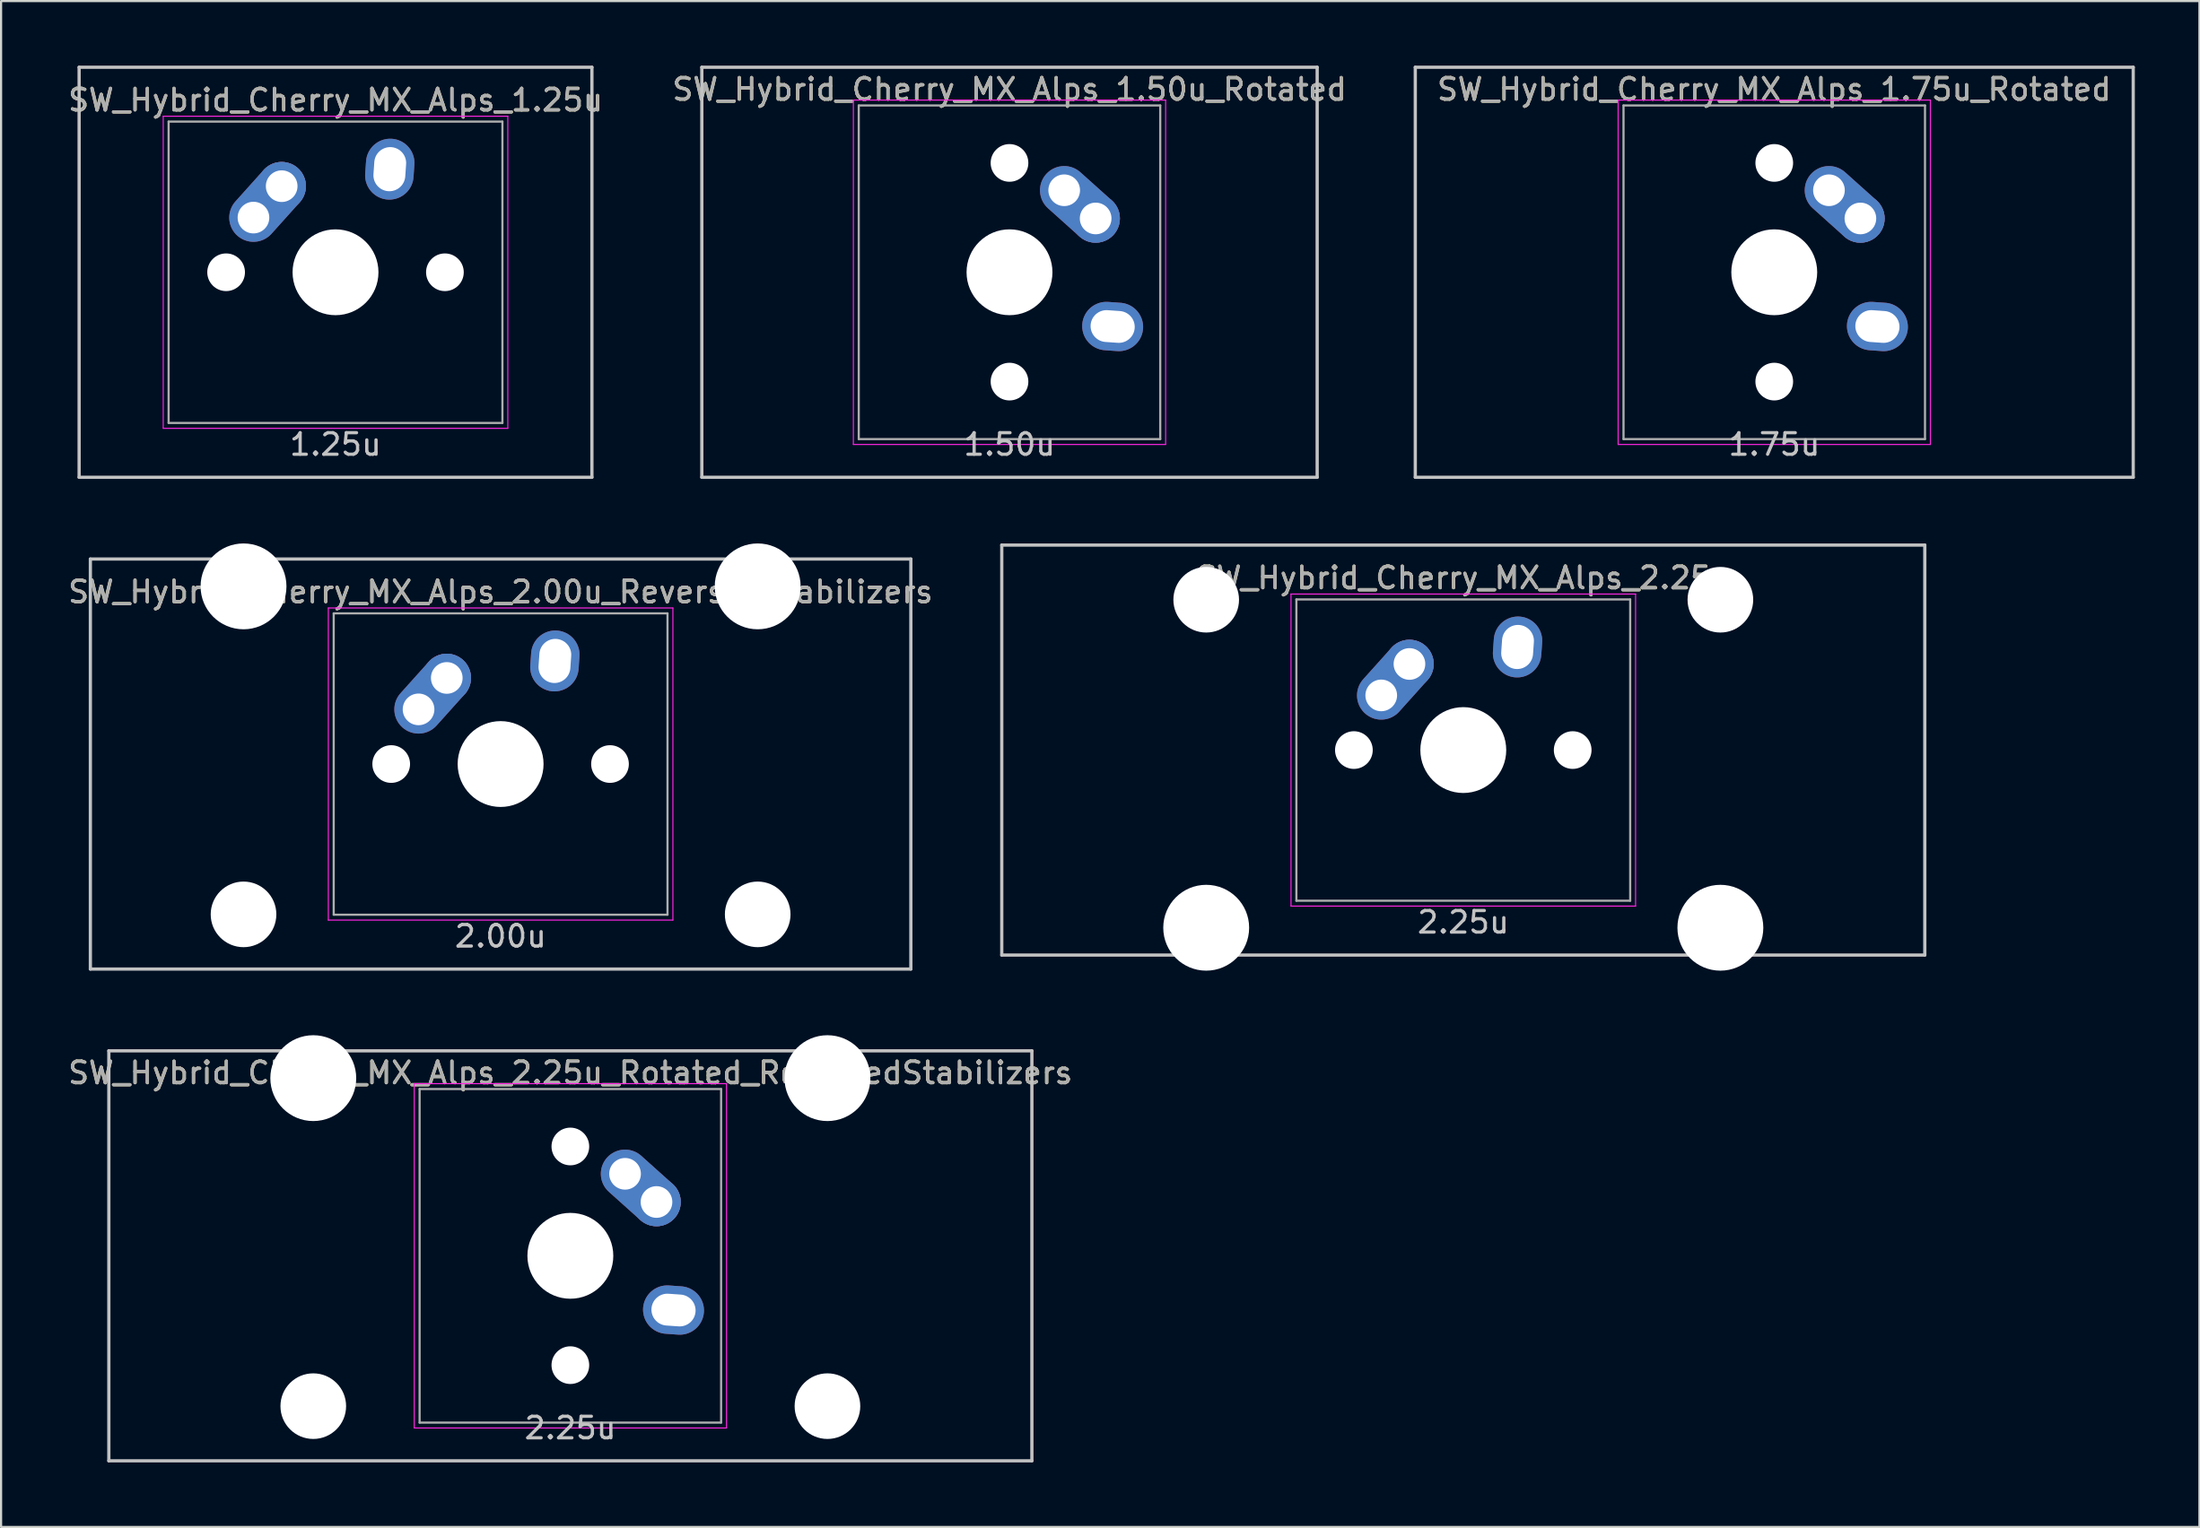
<source format=kicad_pcb>
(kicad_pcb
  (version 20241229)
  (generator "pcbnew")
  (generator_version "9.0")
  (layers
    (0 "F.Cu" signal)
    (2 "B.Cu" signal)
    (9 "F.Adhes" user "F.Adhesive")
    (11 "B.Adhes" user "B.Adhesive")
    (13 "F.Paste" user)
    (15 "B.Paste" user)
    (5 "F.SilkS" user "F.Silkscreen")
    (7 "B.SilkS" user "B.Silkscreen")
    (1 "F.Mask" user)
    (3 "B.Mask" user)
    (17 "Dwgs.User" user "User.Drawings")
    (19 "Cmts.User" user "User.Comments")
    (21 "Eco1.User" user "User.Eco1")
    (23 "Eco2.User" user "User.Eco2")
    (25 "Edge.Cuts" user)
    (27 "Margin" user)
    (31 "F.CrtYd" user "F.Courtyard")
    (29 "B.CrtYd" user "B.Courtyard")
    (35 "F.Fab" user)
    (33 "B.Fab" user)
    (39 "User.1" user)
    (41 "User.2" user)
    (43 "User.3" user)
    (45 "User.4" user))
  (footprint "SW_Hybrid_Cherry_MX_Alps_1.25u"
    (layer "F.Cu")
    (at 12.53 9.6)
    (property "Reference" "SW_Hybrid_Cherry_MX_Alps_1.25u" (at 0 -8 0) (layer "F.SilkS") (effects (font (size 1 1) (thickness 0.15))))
    (attr through_hole)
    (fp_line (start -11.906 -9.525) (end 11.906 -9.525) (stroke (width 0.15) (type solid)) (layer "Dwgs.User"))
    (fp_line (start -11.906 9.525) (end -11.906 -9.525) (stroke (width 0.15) (type solid)) (layer "Dwgs.User"))
    (fp_line (start 11.906 -9.525) (end 11.906 9.525) (stroke (width 0.15) (type solid)) (layer "Dwgs.User"))
    (fp_line (start 11.906 9.525) (end -11.906 9.525) (stroke (width 0.15) (type solid)) (layer "Dwgs.User"))
    (fp_line (start -8 -7.25) (end 8 -7.25) (stroke (width 0.05) (type solid)) (layer "F.CrtYd"))
    (fp_line (start -8 7.25) (end -8 -7.25) (stroke (width 0.05) (type solid)) (layer "F.CrtYd"))
    (fp_line (start 8 -7.25) (end 8 7.25) (stroke (width 0.05) (type solid)) (layer "F.CrtYd"))
    (fp_line (start 8 7.25) (end -8 7.25) (stroke (width 0.05) (type solid)) (layer "F.CrtYd"))
    (fp_line (start -7.75 -7) (end 7.75 -7) (stroke (width 0.1) (type solid)) (layer "F.Fab"))
    (fp_line (start -7.75 7) (end -7.75 -7) (stroke (width 0.1) (type solid)) (layer "F.Fab"))
    (fp_line (start 7.75 -7) (end 7.75 7) (stroke (width 0.1) (type solid)) (layer "F.Fab"))
    (fp_line (start 7.75 7) (end -7.75 7) (stroke (width 0.1) (type solid)) (layer "F.Fab"))
    (fp_text user "1.25u" (at 0 8 0) (layer "Dwgs.User") (effects (font (size 1 1) (thickness 0.15))))
    (fp_text user "${REFERENCE}" (at 0 -8 0) (layer "F.Fab") (effects (font (size 1 1) (thickness 0.15))))
    (pad "" np_thru_hole circle (at -5.08 0 48.1) (size 1.75 1.75) (drill 1.75) (layers "*.Cu" "*.Mask"))
    (pad "" np_thru_hole circle (at 0 0) (size 3.988 3.988) (drill 3.988) (layers "*.Cu" "*.Mask"))
    (pad "" np_thru_hole circle (at 5.08 0 48.1) (size 1.75 1.75) (drill 1.75) (layers "*.Cu" "*.Mask"))
    (pad "1" thru_hole oval (at -3.81 -2.54 48.1) (size 4.212 2.25) (drill 1.47 (offset 0.981 0)) (layers "*.Cu" "B.Mask"))
    (pad "1" thru_hole circle (at -2.5 -4) (size 2.25 2.25) (drill 1.47) (layers "*.Cu" "B.Mask"))
    (pad "2" thru_hole oval (at 2.52 -4.79 86) (size 2.831 2.25) (drill oval 2.051 1.48) (layers "*.Cu" "B.Mask")))
  (footprint "SW_Hybrid_Cherry_MX_Alps_1.50u_Rotated"
    (layer "F.Cu")
    (at 43.827 9.6)
    (property "Reference" "SW_Hybrid_Cherry_MX_Alps_1.50u_Rotated" (at 0 -8.5 0) (layer "F.SilkS") (effects (font (size 1 1) (thickness 0.15))))
    (attr through_hole)
    (fp_line (start -14.287 -9.525) (end 14.287 -9.525) (stroke (width 0.15) (type solid)) (layer "Dwgs.User"))
    (fp_line (start -14.287 9.525) (end -14.287 -9.525) (stroke (width 0.15) (type solid)) (layer "Dwgs.User"))
    (fp_line (start 14.287 -9.525) (end 14.287 9.525) (stroke (width 0.15) (type solid)) (layer "Dwgs.User"))
    (fp_line (start 14.287 9.525) (end -14.287 9.525) (stroke (width 0.15) (type solid)) (layer "Dwgs.User"))
    (fp_line (start -7.25 -8) (end 7.25 -8) (stroke (width 0.05) (type solid)) (layer "F.CrtYd"))
    (fp_line (start -7.25 8) (end -7.25 -8) (stroke (width 0.05) (type solid)) (layer "F.CrtYd"))
    (fp_line (start 7.25 -8) (end 7.25 8) (stroke (width 0.05) (type solid)) (layer "F.CrtYd"))
    (fp_line (start 7.25 8) (end -7.25 8) (stroke (width 0.05) (type solid)) (layer "F.CrtYd"))
    (fp_line (start -7 -7.75) (end 7 -7.75) (stroke (width 0.1) (type solid)) (layer "F.Fab"))
    (fp_line (start -7 7.75) (end -7 -7.75) (stroke (width 0.1) (type solid)) (layer "F.Fab"))
    (fp_line (start 7 -7.75) (end 7 7.75) (stroke (width 0.1) (type solid)) (layer "F.Fab"))
    (fp_line (start 7 7.75) (end -7 7.75) (stroke (width 0.1) (type solid)) (layer "F.Fab"))
    (fp_text user "1.50u" (at 0 8 0) (layer "Dwgs.User") (effects (font (size 1 1) (thickness 0.15))))
    (fp_text user "${REFERENCE}" (at 0 -8.5 0) (layer "F.Fab") (effects (font (size 1 1) (thickness 0.15))))
    (pad "" np_thru_hole circle (at 0 -5.08 318.1) (size 1.75 1.75) (drill 1.75) (layers "*.Cu" "*.Mask"))
    (pad "" np_thru_hole circle (at 0 0 270) (size 3.988 3.988) (drill 3.988) (layers "*.Cu" "*.Mask"))
    (pad "" np_thru_hole circle (at 0 5.08 318.1) (size 1.75 1.75) (drill 1.75) (layers "*.Cu" "*.Mask"))
    (pad "1" thru_hole oval (at 2.54 -3.81 318.1) (size 4.212 2.25) (drill 1.47 (offset 0.981 0)) (layers "*.Cu" "B.Mask"))
    (pad "1" thru_hole circle (at 4 -2.5 270) (size 2.25 2.25) (drill 1.47) (layers "*.Cu" "B.Mask"))
    (pad "2" thru_hole oval (at 4.79 2.52 356) (size 2.831 2.25) (drill oval 2.051 1.48) (layers "*.Cu" "B.Mask")))
  (footprint "SW_Hybrid_Cherry_MX_Alps_2.00u_ReversedStabilizers"
    (layer "F.Cu")
    (at 20.196 32.449)
    (property "Reference" "SW_Hybrid_Cherry_MX_Alps_2.00u_ReversedStabilizers" (at 0 -8 0) (layer "F.SilkS") (effects (font (size 1 1) (thickness 0.15))))
    (attr through_hole)
    (fp_line (start -19.05 -9.525) (end 19.05 -9.525) (stroke (width 0.15) (type solid)) (layer "Dwgs.User"))
    (fp_line (start -19.05 9.525) (end -19.05 -9.525) (stroke (width 0.15) (type solid)) (layer "Dwgs.User"))
    (fp_line (start -19.05 9.525) (end 19.05 9.525) (stroke (width 0.15) (type solid)) (layer "Dwgs.User"))
    (fp_line (start 19.05 -9.525) (end 19.05 9.525) (stroke (width 0.15) (type solid)) (layer "Dwgs.User"))
    (fp_line (start -8 -7.25) (end 8 -7.25) (stroke (width 0.05) (type solid)) (layer "F.CrtYd"))
    (fp_line (start -8 7.25) (end -8 -7.25) (stroke (width 0.05) (type solid)) (layer "F.CrtYd"))
    (fp_line (start 8 -7.25) (end 8 7.25) (stroke (width 0.05) (type solid)) (layer "F.CrtYd"))
    (fp_line (start 8 7.25) (end -8 7.25) (stroke (width 0.05) (type solid)) (layer "F.CrtYd"))
    (fp_line (start -7.75 -7) (end 7.75 -7) (stroke (width 0.1) (type solid)) (layer "F.Fab"))
    (fp_line (start -7.75 7) (end -7.75 -7) (stroke (width 0.1) (type solid)) (layer "F.Fab"))
    (fp_line (start 7.75 -7) (end 7.75 7) (stroke (width 0.1) (type solid)) (layer "F.Fab"))
    (fp_line (start 7.75 7) (end -7.75 7) (stroke (width 0.1) (type solid)) (layer "F.Fab"))
    (fp_text user "2.00u" (at 0 8 0) (layer "Dwgs.User") (effects (font (size 1 1) (thickness 0.15))))
    (fp_text user "${REFERENCE}" (at 0 -8 0) (layer "F.Fab") (effects (font (size 1 1) (thickness 0.15))))
    (pad "" np_thru_hole circle (at -11.938 -8.255) (size 3.988 3.988) (drill 3.988) (layers "*.Cu" "*.Mask"))
    (pad "" np_thru_hole circle (at -11.938 6.985) (size 3.048 3.048) (drill 3.048) (layers "*.Cu" "*.Mask"))
    (pad "" np_thru_hole circle (at -5.08 0 48.1) (size 1.75 1.75) (drill 1.75) (layers "*.Cu" "*.Mask"))
    (pad "" np_thru_hole circle (at 0 0) (size 3.988 3.988) (drill 3.988) (layers "*.Cu" "*.Mask"))
    (pad "" np_thru_hole circle (at 5.08 0 48.1) (size 1.75 1.75) (drill 1.75) (layers "*.Cu" "*.Mask"))
    (pad "" np_thru_hole circle (at 11.938 -8.255) (size 3.988 3.988) (drill 3.988) (layers "*.Cu" "*.Mask"))
    (pad "" np_thru_hole circle (at 11.938 6.985) (size 3.048 3.048) (drill 3.048) (layers "*.Cu" "*.Mask"))
    (pad "1" thru_hole oval (at -3.81 -2.54 48.1) (size 4.212 2.25) (drill 1.47 (offset 0.981 0)) (layers "*.Cu" "B.Mask"))
    (pad "1" thru_hole circle (at -2.5 -4) (size 2.25 2.25) (drill 1.47) (layers "*.Cu" "B.Mask"))
    (pad "2" thru_hole oval (at 2.52 -4.79 86) (size 2.831 2.25) (drill oval 2.051 1.48) (layers "*.Cu" "B.Mask")))
  (footprint "SW_Hybrid_Cherry_MX_Alps_1.75u_Rotated"
    (layer "F.Cu")
    (at 79.339 9.6)
    (property "Reference" "SW_Hybrid_Cherry_MX_Alps_1.75u_Rotated" (at 0 -8.5 0) (layer "F.SilkS") (effects (font (size 1 1) (thickness 0.15))))
    (attr through_hole)
    (fp_line (start -16.669 -9.525) (end 16.669 -9.525) (stroke (width 0.15) (type solid)) (layer "Dwgs.User"))
    (fp_line (start -16.669 9.525) (end -16.669 -9.525) (stroke (width 0.15) (type solid)) (layer "Dwgs.User"))
    (fp_line (start 16.669 -9.525) (end 16.669 9.525) (stroke (width 0.15) (type solid)) (layer "Dwgs.User"))
    (fp_line (start 16.669 9.525) (end -16.669 9.525) (stroke (width 0.15) (type solid)) (layer "Dwgs.User"))
    (fp_line (start -7.25 -8) (end 7.25 -8) (stroke (width 0.05) (type solid)) (layer "F.CrtYd"))
    (fp_line (start -7.25 8) (end -7.25 -8) (stroke (width 0.05) (type solid)) (layer "F.CrtYd"))
    (fp_line (start 7.25 -8) (end 7.25 8) (stroke (width 0.05) (type solid)) (layer "F.CrtYd"))
    (fp_line (start 7.25 8) (end -7.25 8) (stroke (width 0.05) (type solid)) (layer "F.CrtYd"))
    (fp_line (start -7 -7.75) (end 7 -7.75) (stroke (width 0.1) (type solid)) (layer "F.Fab"))
    (fp_line (start -7 7.75) (end -7 -7.75) (stroke (width 0.1) (type solid)) (layer "F.Fab"))
    (fp_line (start 7 -7.75) (end 7 7.75) (stroke (width 0.1) (type solid)) (layer "F.Fab"))
    (fp_line (start 7 7.75) (end -7 7.75) (stroke (width 0.1) (type solid)) (layer "F.Fab"))
    (fp_text user "1.75u" (at 0 8 0) (layer "Dwgs.User") (effects (font (size 1 1) (thickness 0.15))))
    (fp_text user "${REFERENCE}" (at 0 -8.5 0) (layer "F.Fab") (effects (font (size 1 1) (thickness 0.15))))
    (pad "" np_thru_hole circle (at 0 -5.08 318.1) (size 1.75 1.75) (drill 1.75) (layers "*.Cu" "*.Mask"))
    (pad "" np_thru_hole circle (at 0 0 270) (size 3.988 3.988) (drill 3.988) (layers "*.Cu" "*.Mask"))
    (pad "" np_thru_hole circle (at 0 5.08 318.1) (size 1.75 1.75) (drill 1.75) (layers "*.Cu" "*.Mask"))
    (pad "1" thru_hole oval (at 2.54 -3.81 318.1) (size 4.212 2.25) (drill 1.47 (offset 0.981 0)) (layers "*.Cu" "B.Mask"))
    (pad "1" thru_hole circle (at 4 -2.5 270) (size 2.25 2.25) (drill 1.47) (layers "*.Cu" "B.Mask"))
    (pad "2" thru_hole oval (at 4.79 2.52 356) (size 2.831 2.25) (drill oval 2.051 1.48) (layers "*.Cu" "B.Mask")))
  (footprint "SW_Hybrid_Cherry_MX_Alps_2.25u"
    (layer "F.Cu")
    (at 64.899 31.8)
    (property "Reference" "SW_Hybrid_Cherry_MX_Alps_2.25u" (at 0 -8 0) (layer "F.SilkS") (effects (font (size 1 1) (thickness 0.15))))
    (attr through_hole)
    (fp_line (start -21.431 -9.525) (end 21.431 -9.525) (stroke (width 0.15) (type solid)) (layer "Dwgs.User"))
    (fp_line (start -21.431 9.525) (end -21.431 -9.525) (stroke (width 0.15) (type solid)) (layer "Dwgs.User"))
    (fp_line (start -21.431 9.525) (end 21.431 9.525) (stroke (width 0.15) (type solid)) (layer "Dwgs.User"))
    (fp_line (start 21.431 -9.525) (end 21.431 9.525) (stroke (width 0.15) (type solid)) (layer "Dwgs.User"))
    (fp_line (start -8 -7.25) (end 8 -7.25) (stroke (width 0.05) (type solid)) (layer "F.CrtYd"))
    (fp_line (start -8 7.25) (end -8 -7.25) (stroke (width 0.05) (type solid)) (layer "F.CrtYd"))
    (fp_line (start 8 -7.25) (end 8 7.25) (stroke (width 0.05) (type solid)) (layer "F.CrtYd"))
    (fp_line (start 8 7.25) (end -8 7.25) (stroke (width 0.05) (type solid)) (layer "F.CrtYd"))
    (fp_line (start -7.75 -7) (end 7.75 -7) (stroke (width 0.1) (type solid)) (layer "F.Fab"))
    (fp_line (start -7.75 7) (end -7.75 -7) (stroke (width 0.1) (type solid)) (layer "F.Fab"))
    (fp_line (start 7.75 -7) (end 7.75 7) (stroke (width 0.1) (type solid)) (layer "F.Fab"))
    (fp_line (start 7.75 7) (end -7.75 7) (stroke (width 0.1) (type solid)) (layer "F.Fab"))
    (fp_text user "2.25u" (at 0 8 0) (layer "Dwgs.User") (effects (font (size 1 1) (thickness 0.15))))
    (fp_text user "${REFERENCE}" (at 0 -8 0) (layer "F.Fab") (effects (font (size 1 1) (thickness 0.15))))
    (pad "" np_thru_hole circle (at -11.938 -6.985) (size 3.048 3.048) (drill 3.048) (layers "*.Cu" "*.Mask"))
    (pad "" np_thru_hole circle (at -11.938 8.255) (size 3.988 3.988) (drill 3.988) (layers "*.Cu" "*.Mask"))
    (pad "" np_thru_hole circle (at -5.08 0 48.1) (size 1.75 1.75) (drill 1.75) (layers "*.Cu" "*.Mask"))
    (pad "" np_thru_hole circle (at 0 0) (size 3.988 3.988) (drill 3.988) (layers "*.Cu" "*.Mask"))
    (pad "" np_thru_hole circle (at 5.08 0 48.1) (size 1.75 1.75) (drill 1.75) (layers "*.Cu" "*.Mask"))
    (pad "" np_thru_hole circle (at 11.938 -6.985) (size 3.048 3.048) (drill 3.048) (layers "*.Cu" "*.Mask"))
    (pad "" np_thru_hole circle (at 11.938 8.255) (size 3.988 3.988) (drill 3.988) (layers "*.Cu" "*.Mask"))
    (pad "1" thru_hole oval (at -3.81 -2.54 48.1) (size 4.212 2.25) (drill 1.47 (offset 0.981 0)) (layers "*.Cu" "B.Mask"))
    (pad "1" thru_hole circle (at -2.5 -4) (size 2.25 2.25) (drill 1.47) (layers "*.Cu" "B.Mask"))
    (pad "2" thru_hole oval (at 2.52 -4.79 86) (size 2.831 2.25) (drill oval 2.051 1.48) (layers "*.Cu" "B.Mask")))
  (footprint "SW_Hybrid_Cherry_MX_Alps_2.25u_Rotated_ReversedStabilizers"
    (layer "F.Cu")
    (at 23.435 55.298)
    (property "Reference" "SW_Hybrid_Cherry_MX_Alps_2.25u_Rotated_ReversedStabilizers" (at 0 -8.5 0) (layer "F.SilkS") (effects (font (size 1 1) (thickness 0.15))))
    (attr through_hole)
    (fp_line (start -21.431 -9.525) (end 21.431 -9.525) (stroke (width 0.15) (type solid)) (layer "Dwgs.User"))
    (fp_line (start -21.431 9.525) (end -21.431 -9.525) (stroke (width 0.15) (type solid)) (layer "Dwgs.User"))
    (fp_line (start -21.431 9.525) (end 21.431 9.525) (stroke (width 0.15) (type solid)) (layer "Dwgs.User"))
    (fp_line (start 21.431 -9.525) (end 21.431 9.525) (stroke (width 0.15) (type solid)) (layer "Dwgs.User"))
    (fp_line (start -7.25 -8) (end 7.25 -8) (stroke (width 0.05) (type solid)) (layer "F.CrtYd"))
    (fp_line (start -7.25 8) (end -7.25 -8) (stroke (width 0.05) (type solid)) (layer "F.CrtYd"))
    (fp_line (start 7.25 -8) (end 7.25 8) (stroke (width 0.05) (type solid)) (layer "F.CrtYd"))
    (fp_line (start 7.25 8) (end -7.25 8) (stroke (width 0.05) (type solid)) (layer "F.CrtYd"))
    (fp_line (start -7 -7.75) (end 7 -7.75) (stroke (width 0.1) (type solid)) (layer "F.Fab"))
    (fp_line (start -7 7.75) (end -7 -7.75) (stroke (width 0.1) (type solid)) (layer "F.Fab"))
    (fp_line (start 7 -7.75) (end 7 7.75) (stroke (width 0.1) (type solid)) (layer "F.Fab"))
    (fp_line (start 7 7.75) (end -7 7.75) (stroke (width 0.1) (type solid)) (layer "F.Fab"))
    (fp_text user "2.25u" (at 0 8 0) (layer "Dwgs.User") (effects (font (size 1 1) (thickness 0.15))))
    (fp_text user "${REFERENCE}" (at 0 -8.5 0) (layer "F.Fab") (effects (font (size 1 1) (thickness 0.15))))
    (pad "" np_thru_hole circle (at -11.938 -8.255) (size 3.988 3.988) (drill 3.988) (layers "*.Cu" "*.Mask"))
    (pad "" np_thru_hole circle (at -11.938 6.985) (size 3.048 3.048) (drill 3.048) (layers "*.Cu" "*.Mask"))
    (pad "" np_thru_hole circle (at 0 -5.08 318.1) (size 1.75 1.75) (drill 1.75) (layers "*.Cu" "*.Mask"))
    (pad "" np_thru_hole circle (at 0 0 270) (size 3.988 3.988) (drill 3.988) (layers "*.Cu" "*.Mask"))
    (pad "" np_thru_hole circle (at 0 5.08 318.1) (size 1.75 1.75) (drill 1.75) (layers "*.Cu" "*.Mask"))
    (pad "" np_thru_hole circle (at 11.938 -8.255) (size 3.988 3.988) (drill 3.988) (layers "*.Cu" "*.Mask"))
    (pad "" np_thru_hole circle (at 11.938 6.985) (size 3.048 3.048) (drill 3.048) (layers "*.Cu" "*.Mask"))
    (pad "1" thru_hole oval (at 2.54 -3.81 318.1) (size 4.212 2.25) (drill 1.47 (offset 0.981 0)) (layers "*.Cu" "B.Mask"))
    (pad "1" thru_hole circle (at 4 -2.5 270) (size 2.25 2.25) (drill 1.47) (layers "*.Cu" "B.Mask"))
    (pad "2" thru_hole oval (at 4.79 2.52 356) (size 2.831 2.25) (drill oval 2.051 1.48) (layers "*.Cu" "B.Mask")))
  (gr_rect
    (start -3 -3)
    (end 99.083 67.898)
    (stroke (width 0.1) (type default))
    (fill no)
    (layer "Edge.Cuts")))
</source>
